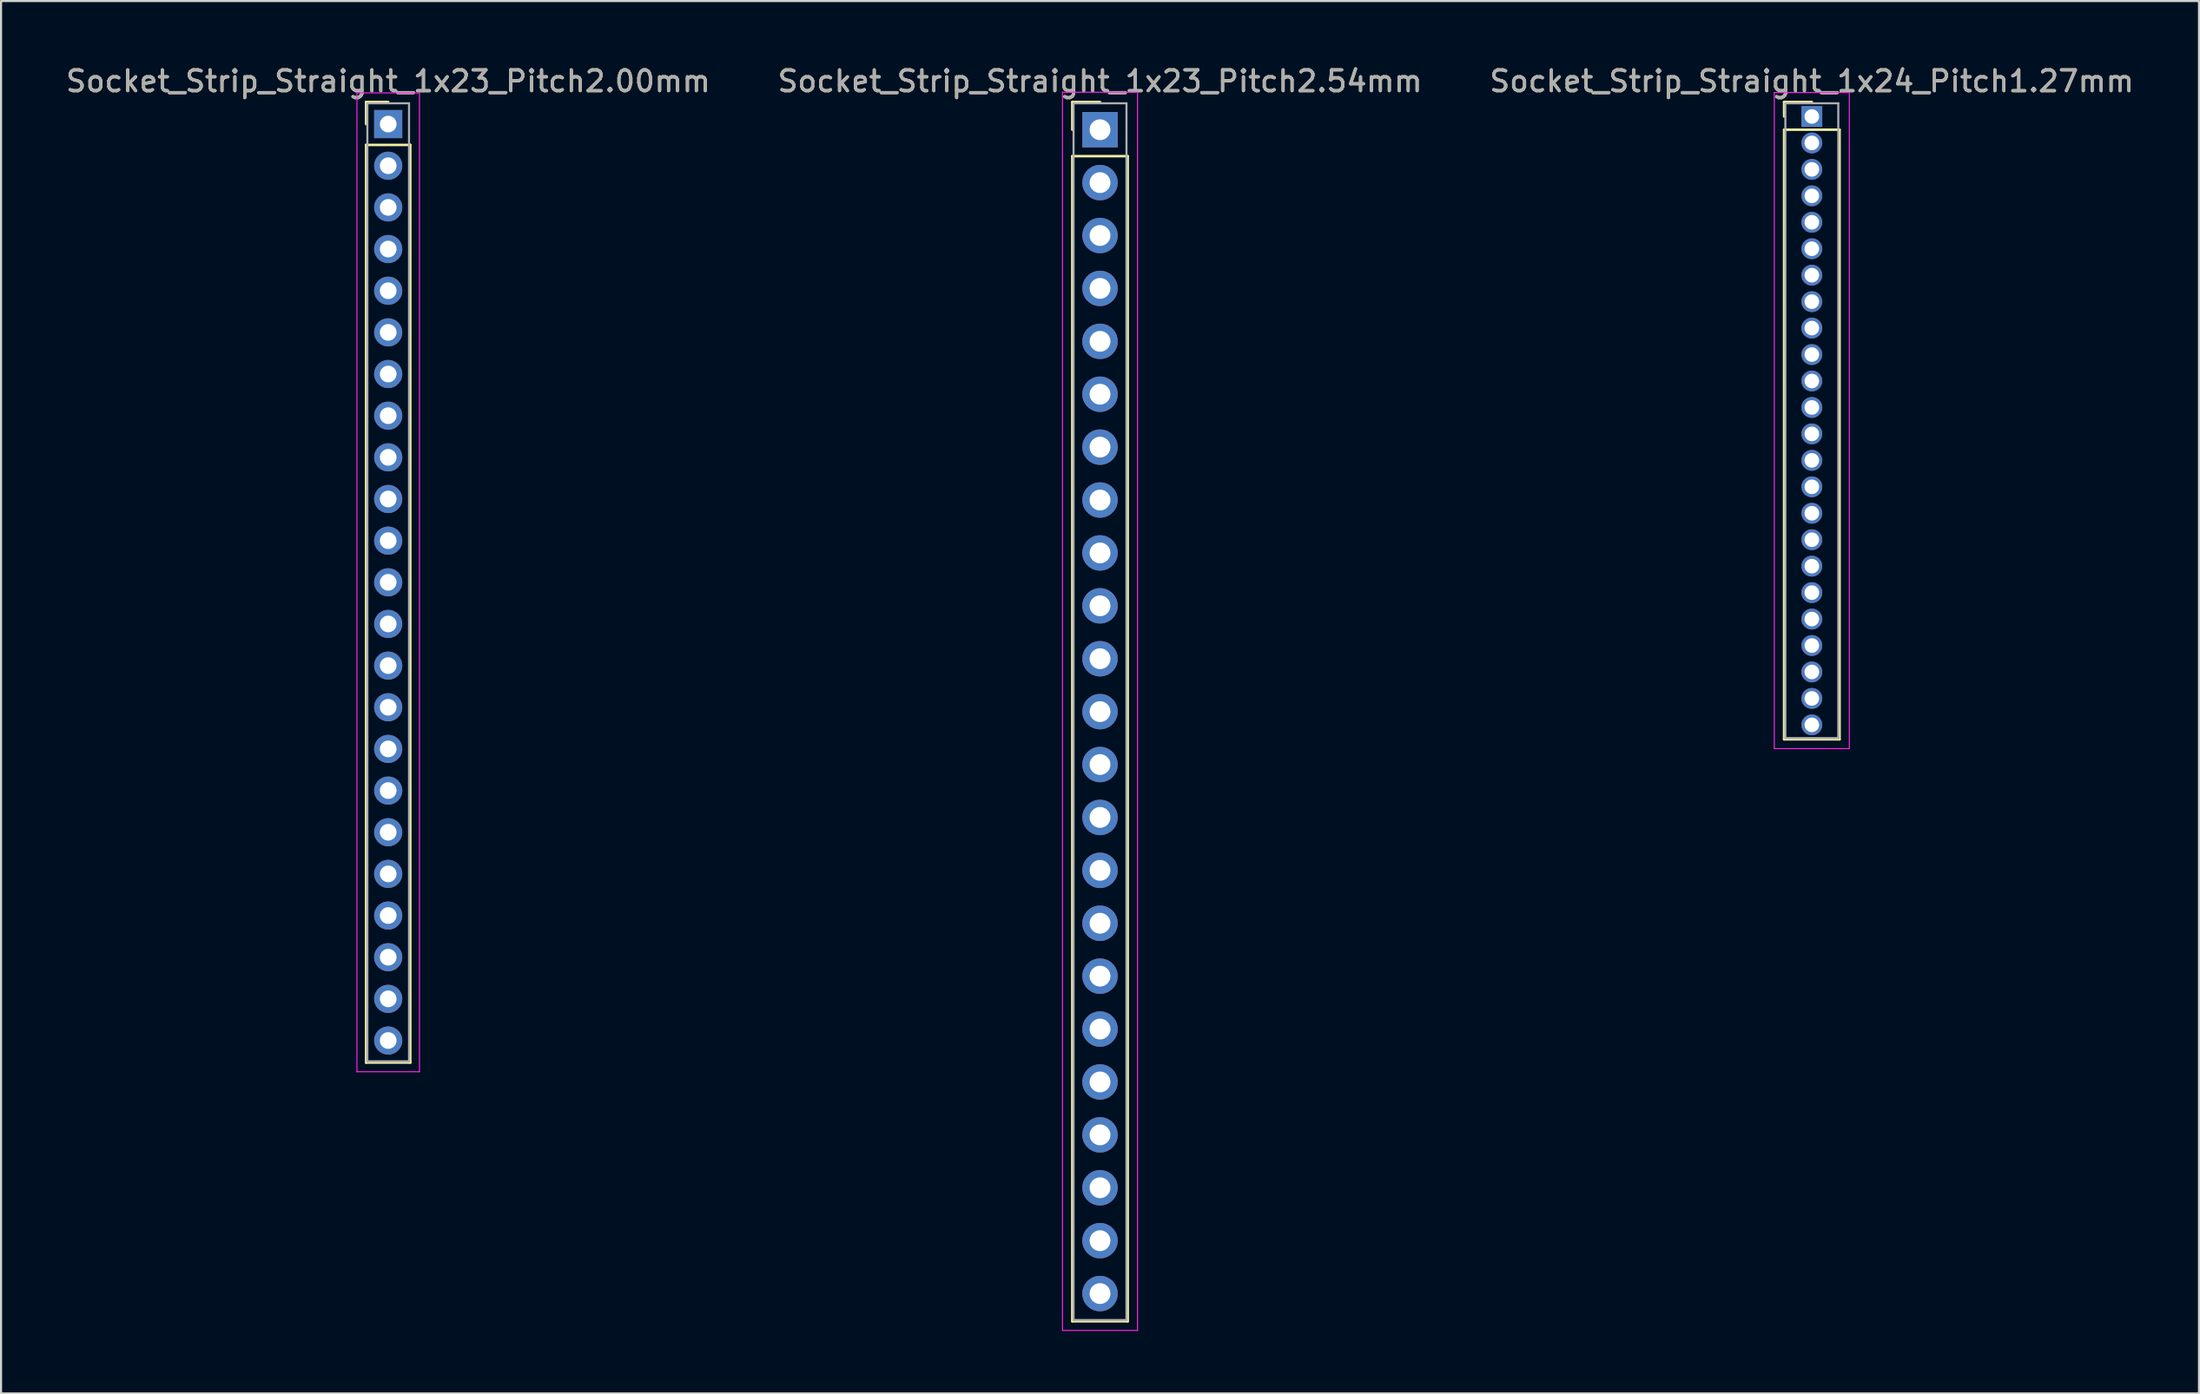
<source format=kicad_pcb>
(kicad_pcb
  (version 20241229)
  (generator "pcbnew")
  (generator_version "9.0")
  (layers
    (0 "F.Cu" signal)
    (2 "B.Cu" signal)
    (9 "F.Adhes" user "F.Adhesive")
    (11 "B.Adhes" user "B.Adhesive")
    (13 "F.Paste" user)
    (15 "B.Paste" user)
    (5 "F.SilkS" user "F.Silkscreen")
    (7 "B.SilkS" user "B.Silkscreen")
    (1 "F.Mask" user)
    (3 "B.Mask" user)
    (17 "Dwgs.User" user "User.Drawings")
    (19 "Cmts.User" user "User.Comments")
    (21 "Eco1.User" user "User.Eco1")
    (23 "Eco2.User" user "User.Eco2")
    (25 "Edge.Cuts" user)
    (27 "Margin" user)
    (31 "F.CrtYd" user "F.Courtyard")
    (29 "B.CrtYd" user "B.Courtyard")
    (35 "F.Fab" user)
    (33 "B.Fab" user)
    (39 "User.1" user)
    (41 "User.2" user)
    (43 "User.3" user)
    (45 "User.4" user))
  (footprint "Socket_Strip_Straight_1x23_Pitch2.54mm"
    (layer "F.Cu")
    (at 49.732 3.178)
    (property "Reference" "Socket_Strip_Straight_1x23_Pitch2.54mm" (at 0 -2.33 0) (layer "F.SilkS") (effects (font (size 1 1) (thickness 0.15))))
    (attr through_hole)
    (fp_line (start -1.33 -1.33) (end 0 -1.33) (stroke (width 0.12) (type solid)) (layer "F.SilkS"))
    (fp_line (start -1.33 0) (end -1.33 -1.33) (stroke (width 0.12) (type solid)) (layer "F.SilkS"))
    (fp_line (start -1.33 1.27) (end -1.33 57.21) (stroke (width 0.12) (type solid)) (layer "F.SilkS"))
    (fp_line (start -1.33 57.21) (end 1.33 57.21) (stroke (width 0.12) (type solid)) (layer "F.SilkS"))
    (fp_line (start 1.33 1.27) (end -1.33 1.27) (stroke (width 0.12) (type solid)) (layer "F.SilkS"))
    (fp_line (start 1.33 57.21) (end 1.33 1.27) (stroke (width 0.12) (type solid)) (layer "F.SilkS"))
    (fp_line (start -1.8 -1.8) (end -1.8 57.65) (stroke (width 0.05) (type solid)) (layer "F.CrtYd"))
    (fp_line (start -1.8 57.65) (end 1.8 57.65) (stroke (width 0.05) (type solid)) (layer "F.CrtYd"))
    (fp_line (start 1.8 -1.8) (end -1.8 -1.8) (stroke (width 0.05) (type solid)) (layer "F.CrtYd"))
    (fp_line (start 1.8 57.65) (end 1.8 -1.8) (stroke (width 0.05) (type solid)) (layer "F.CrtYd"))
    (fp_line (start -1.27 -1.27) (end -1.27 57.15) (stroke (width 0.1) (type solid)) (layer "F.Fab"))
    (fp_line (start -1.27 57.15) (end 1.27 57.15) (stroke (width 0.1) (type solid)) (layer "F.Fab"))
    (fp_line (start 1.27 -1.27) (end -1.27 -1.27) (stroke (width 0.1) (type solid)) (layer "F.Fab"))
    (fp_line (start 1.27 57.15) (end 1.27 -1.27) (stroke (width 0.1) (type solid)) (layer "F.Fab"))
    (fp_text user "${REFERENCE}" (at 0 -2.33 0) (layer "F.Fab") (effects (font (size 1 1) (thickness 0.15))))
    (pad "1" thru_hole rect (at 0 0) (size 1.7 1.7) (drill 1) (layers "*.Cu" "*.Mask"))
    (pad "2" thru_hole oval (at 0 2.54) (size 1.7 1.7) (drill 1) (layers "*.Cu" "*.Mask"))
    (pad "3" thru_hole oval (at 0 5.08) (size 1.7 1.7) (drill 1) (layers "*.Cu" "*.Mask"))
    (pad "4" thru_hole oval (at 0 7.62) (size 1.7 1.7) (drill 1) (layers "*.Cu" "*.Mask"))
    (pad "5" thru_hole oval (at 0 10.16) (size 1.7 1.7) (drill 1) (layers "*.Cu" "*.Mask"))
    (pad "6" thru_hole oval (at 0 12.7) (size 1.7 1.7) (drill 1) (layers "*.Cu" "*.Mask"))
    (pad "7" thru_hole oval (at 0 15.24) (size 1.7 1.7) (drill 1) (layers "*.Cu" "*.Mask"))
    (pad "8" thru_hole oval (at 0 17.78) (size 1.7 1.7) (drill 1) (layers "*.Cu" "*.Mask"))
    (pad "9" thru_hole oval (at 0 20.32) (size 1.7 1.7) (drill 1) (layers "*.Cu" "*.Mask"))
    (pad "10" thru_hole oval (at 0 22.86) (size 1.7 1.7) (drill 1) (layers "*.Cu" "*.Mask"))
    (pad "11" thru_hole oval (at 0 25.4) (size 1.7 1.7) (drill 1) (layers "*.Cu" "*.Mask"))
    (pad "12" thru_hole oval (at 0 27.94) (size 1.7 1.7) (drill 1) (layers "*.Cu" "*.Mask"))
    (pad "13" thru_hole oval (at 0 30.48) (size 1.7 1.7) (drill 1) (layers "*.Cu" "*.Mask"))
    (pad "14" thru_hole oval (at 0 33.02) (size 1.7 1.7) (drill 1) (layers "*.Cu" "*.Mask"))
    (pad "15" thru_hole oval (at 0 35.56) (size 1.7 1.7) (drill 1) (layers "*.Cu" "*.Mask"))
    (pad "16" thru_hole oval (at 0 38.1) (size 1.7 1.7) (drill 1) (layers "*.Cu" "*.Mask"))
    (pad "17" thru_hole oval (at 0 40.64) (size 1.7 1.7) (drill 1) (layers "*.Cu" "*.Mask"))
    (pad "18" thru_hole oval (at 0 43.18) (size 1.7 1.7) (drill 1) (layers "*.Cu" "*.Mask"))
    (pad "19" thru_hole oval (at 0 45.72) (size 1.7 1.7) (drill 1) (layers "*.Cu" "*.Mask"))
    (pad "20" thru_hole oval (at 0 48.26) (size 1.7 1.7) (drill 1) (layers "*.Cu" "*.Mask"))
    (pad "21" thru_hole oval (at 0 50.8) (size 1.7 1.7) (drill 1) (layers "*.Cu" "*.Mask"))
    (pad "22" thru_hole oval (at 0 53.34) (size 1.7 1.7) (drill 1) (layers "*.Cu" "*.Mask"))
    (pad "23" thru_hole oval (at 0 55.88) (size 1.7 1.7) (drill 1) (layers "*.Cu" "*.Mask")))
  (footprint "Socket_Strip_Straight_1x23_Pitch2.00mm"
    (layer "F.Cu")
    (at 15.577 2.908)
    (property "Reference" "Socket_Strip_Straight_1x23_Pitch2.00mm" (at 0 -2.06 0) (layer "F.SilkS") (effects (font (size 1 1) (thickness 0.15))))
    (attr through_hole)
    (fp_line (start -1.06 -1.06) (end 0 -1.06) (stroke (width 0.12) (type solid)) (layer "F.SilkS"))
    (fp_line (start -1.06 0) (end -1.06 -1.06) (stroke (width 0.12) (type solid)) (layer "F.SilkS"))
    (fp_line (start -1.06 1) (end -1.06 45.06) (stroke (width 0.12) (type solid)) (layer "F.SilkS"))
    (fp_line (start -1.06 45.06) (end 1.06 45.06) (stroke (width 0.12) (type solid)) (layer "F.SilkS"))
    (fp_line (start 1.06 1) (end -1.06 1) (stroke (width 0.12) (type solid)) (layer "F.SilkS"))
    (fp_line (start 1.06 45.06) (end 1.06 1) (stroke (width 0.12) (type solid)) (layer "F.SilkS"))
    (fp_line (start -1.5 -1.5) (end -1.5 45.5) (stroke (width 0.05) (type solid)) (layer "F.CrtYd"))
    (fp_line (start -1.5 45.5) (end 1.5 45.5) (stroke (width 0.05) (type solid)) (layer "F.CrtYd"))
    (fp_line (start 1.5 -1.5) (end -1.5 -1.5) (stroke (width 0.05) (type solid)) (layer "F.CrtYd"))
    (fp_line (start 1.5 45.5) (end 1.5 -1.5) (stroke (width 0.05) (type solid)) (layer "F.CrtYd"))
    (fp_line (start -1 -1) (end -1 45) (stroke (width 0.1) (type solid)) (layer "F.Fab"))
    (fp_line (start -1 45) (end 1 45) (stroke (width 0.1) (type solid)) (layer "F.Fab"))
    (fp_line (start 1 -1) (end -1 -1) (stroke (width 0.1) (type solid)) (layer "F.Fab"))
    (fp_line (start 1 45) (end 1 -1) (stroke (width 0.1) (type solid)) (layer "F.Fab"))
    (fp_text user "${REFERENCE}" (at 0 -2.06 0) (layer "F.Fab") (effects (font (size 1 1) (thickness 0.15))))
    (pad "1" thru_hole rect (at 0 0) (size 1.35 1.35) (drill 0.8) (layers "*.Cu" "*.Mask"))
    (pad "2" thru_hole oval (at 0 2) (size 1.35 1.35) (drill 0.8) (layers "*.Cu" "*.Mask"))
    (pad "3" thru_hole oval (at 0 4) (size 1.35 1.35) (drill 0.8) (layers "*.Cu" "*.Mask"))
    (pad "4" thru_hole oval (at 0 6) (size 1.35 1.35) (drill 0.8) (layers "*.Cu" "*.Mask"))
    (pad "5" thru_hole oval (at 0 8) (size 1.35 1.35) (drill 0.8) (layers "*.Cu" "*.Mask"))
    (pad "6" thru_hole oval (at 0 10) (size 1.35 1.35) (drill 0.8) (layers "*.Cu" "*.Mask"))
    (pad "7" thru_hole oval (at 0 12) (size 1.35 1.35) (drill 0.8) (layers "*.Cu" "*.Mask"))
    (pad "8" thru_hole oval (at 0 14) (size 1.35 1.35) (drill 0.8) (layers "*.Cu" "*.Mask"))
    (pad "9" thru_hole oval (at 0 16) (size 1.35 1.35) (drill 0.8) (layers "*.Cu" "*.Mask"))
    (pad "10" thru_hole oval (at 0 18) (size 1.35 1.35) (drill 0.8) (layers "*.Cu" "*.Mask"))
    (pad "11" thru_hole oval (at 0 20) (size 1.35 1.35) (drill 0.8) (layers "*.Cu" "*.Mask"))
    (pad "12" thru_hole oval (at 0 22) (size 1.35 1.35) (drill 0.8) (layers "*.Cu" "*.Mask"))
    (pad "13" thru_hole oval (at 0 24) (size 1.35 1.35) (drill 0.8) (layers "*.Cu" "*.Mask"))
    (pad "14" thru_hole oval (at 0 26) (size 1.35 1.35) (drill 0.8) (layers "*.Cu" "*.Mask"))
    (pad "15" thru_hole oval (at 0 28) (size 1.35 1.35) (drill 0.8) (layers "*.Cu" "*.Mask"))
    (pad "16" thru_hole oval (at 0 30) (size 1.35 1.35) (drill 0.8) (layers "*.Cu" "*.Mask"))
    (pad "17" thru_hole oval (at 0 32) (size 1.35 1.35) (drill 0.8) (layers "*.Cu" "*.Mask"))
    (pad "18" thru_hole oval (at 0 34) (size 1.35 1.35) (drill 0.8) (layers "*.Cu" "*.Mask"))
    (pad "19" thru_hole oval (at 0 36) (size 1.35 1.35) (drill 0.8) (layers "*.Cu" "*.Mask"))
    (pad "20" thru_hole oval (at 0 38) (size 1.35 1.35) (drill 0.8) (layers "*.Cu" "*.Mask"))
    (pad "21" thru_hole oval (at 0 40) (size 1.35 1.35) (drill 0.8) (layers "*.Cu" "*.Mask"))
    (pad "22" thru_hole oval (at 0 42) (size 1.35 1.35) (drill 0.8) (layers "*.Cu" "*.Mask"))
    (pad "23" thru_hole oval (at 0 44) (size 1.35 1.35) (drill 0.8) (layers "*.Cu" "*.Mask")))
  (footprint "Socket_Strip_Straight_1x24_Pitch1.27mm"
    (layer "F.Cu")
    (at 83.887 2.543)
    (property "Reference" "Socket_Strip_Straight_1x24_Pitch1.27mm" (at 0 -1.695 0) (layer "F.SilkS") (effects (font (size 1 1) (thickness 0.15))))
    (attr through_hole)
    (fp_line (start -1.33 -0.695) (end 0 -0.695) (stroke (width 0.12) (type solid)) (layer "F.SilkS"))
    (fp_line (start -1.33 0) (end -1.33 -0.695) (stroke (width 0.12) (type solid)) (layer "F.SilkS"))
    (fp_line (start -1.33 0.635) (end -1.33 29.905) (stroke (width 0.12) (type solid)) (layer "F.SilkS"))
    (fp_line (start -1.33 29.905) (end 1.33 29.905) (stroke (width 0.12) (type solid)) (layer "F.SilkS"))
    (fp_line (start 1.33 0.635) (end -1.33 0.635) (stroke (width 0.12) (type solid)) (layer "F.SilkS"))
    (fp_line (start 1.33 29.905) (end 1.33 0.635) (stroke (width 0.12) (type solid)) (layer "F.SilkS"))
    (fp_line (start -1.8 -1.15) (end -1.8 30.35) (stroke (width 0.05) (type solid)) (layer "F.CrtYd"))
    (fp_line (start -1.8 30.35) (end 1.8 30.35) (stroke (width 0.05) (type solid)) (layer "F.CrtYd"))
    (fp_line (start 1.8 -1.15) (end -1.8 -1.15) (stroke (width 0.05) (type solid)) (layer "F.CrtYd"))
    (fp_line (start 1.8 30.35) (end 1.8 -1.15) (stroke (width 0.05) (type solid)) (layer "F.CrtYd"))
    (fp_line (start -1.27 -0.635) (end -1.27 29.845) (stroke (width 0.1) (type solid)) (layer "F.Fab"))
    (fp_line (start -1.27 29.845) (end 1.27 29.845) (stroke (width 0.1) (type solid)) (layer "F.Fab"))
    (fp_line (start 1.27 -0.635) (end -1.27 -0.635) (stroke (width 0.1) (type solid)) (layer "F.Fab"))
    (fp_line (start 1.27 29.845) (end 1.27 -0.635) (stroke (width 0.1) (type solid)) (layer "F.Fab"))
    (fp_text user "${REFERENCE}" (at 0 -1.695 0) (layer "F.Fab") (effects (font (size 1 1) (thickness 0.15))))
    (pad "1" thru_hole rect (at 0 0) (size 1 1) (drill 0.7) (layers "*.Cu" "*.Mask"))
    (pad "2" thru_hole oval (at 0 1.27) (size 1 1) (drill 0.7) (layers "*.Cu" "*.Mask"))
    (pad "3" thru_hole oval (at 0 2.54) (size 1 1) (drill 0.7) (layers "*.Cu" "*.Mask"))
    (pad "4" thru_hole oval (at 0 3.81) (size 1 1) (drill 0.7) (layers "*.Cu" "*.Mask"))
    (pad "5" thru_hole oval (at 0 5.08) (size 1 1) (drill 0.7) (layers "*.Cu" "*.Mask"))
    (pad "6" thru_hole oval (at 0 6.35) (size 1 1) (drill 0.7) (layers "*.Cu" "*.Mask"))
    (pad "7" thru_hole oval (at 0 7.62) (size 1 1) (drill 0.7) (layers "*.Cu" "*.Mask"))
    (pad "8" thru_hole oval (at 0 8.89) (size 1 1) (drill 0.7) (layers "*.Cu" "*.Mask"))
    (pad "9" thru_hole oval (at 0 10.16) (size 1 1) (drill 0.7) (layers "*.Cu" "*.Mask"))
    (pad "10" thru_hole oval (at 0 11.43) (size 1 1) (drill 0.7) (layers "*.Cu" "*.Mask"))
    (pad "11" thru_hole oval (at 0 12.7) (size 1 1) (drill 0.7) (layers "*.Cu" "*.Mask"))
    (pad "12" thru_hole oval (at 0 13.97) (size 1 1) (drill 0.7) (layers "*.Cu" "*.Mask"))
    (pad "13" thru_hole oval (at 0 15.24) (size 1 1) (drill 0.7) (layers "*.Cu" "*.Mask"))
    (pad "14" thru_hole oval (at 0 16.51) (size 1 1) (drill 0.7) (layers "*.Cu" "*.Mask"))
    (pad "15" thru_hole oval (at 0 17.78) (size 1 1) (drill 0.7) (layers "*.Cu" "*.Mask"))
    (pad "16" thru_hole oval (at 0 19.05) (size 1 1) (drill 0.7) (layers "*.Cu" "*.Mask"))
    (pad "17" thru_hole oval (at 0 20.32) (size 1 1) (drill 0.7) (layers "*.Cu" "*.Mask"))
    (pad "18" thru_hole oval (at 0 21.59) (size 1 1) (drill 0.7) (layers "*.Cu" "*.Mask"))
    (pad "19" thru_hole oval (at 0 22.86) (size 1 1) (drill 0.7) (layers "*.Cu" "*.Mask"))
    (pad "20" thru_hole oval (at 0 24.13) (size 1 1) (drill 0.7) (layers "*.Cu" "*.Mask"))
    (pad "21" thru_hole oval (at 0 25.4) (size 1 1) (drill 0.7) (layers "*.Cu" "*.Mask"))
    (pad "22" thru_hole oval (at 0 26.67) (size 1 1) (drill 0.7) (layers "*.Cu" "*.Mask"))
    (pad "23" thru_hole oval (at 0 27.94) (size 1 1) (drill 0.7) (layers "*.Cu" "*.Mask"))
    (pad "24" thru_hole oval (at 0 29.21) (size 1 1) (drill 0.7) (layers "*.Cu" "*.Mask")))
  (gr_rect
    (start -3 -3)
    (end 102.464 63.853)
    (stroke (width 0.1) (type default))
    (fill no)
    (layer "Edge.Cuts")))
</source>
